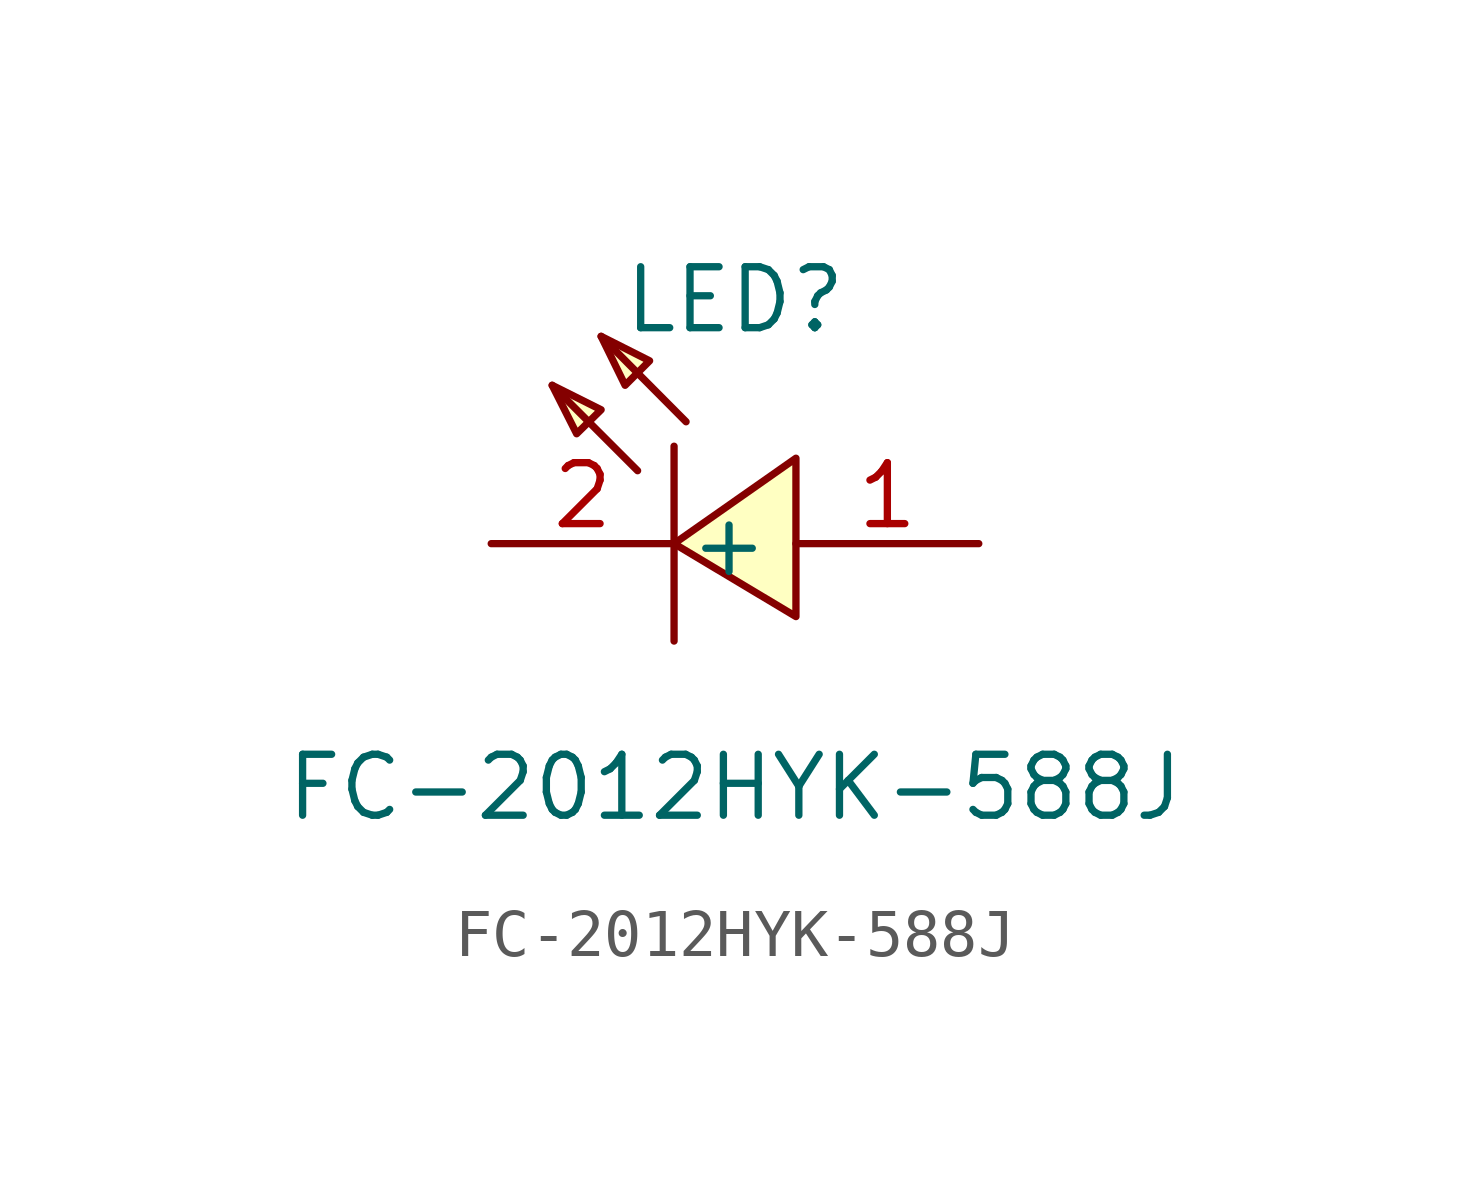
<source format=kicad_sym>
(kicad_symbol_lib
  (version 20241209)
  (generator "kicad_symbol_editor")
  (generator_version "9.0")
  (symbol "FC-2012HYK-588J"
    (property "Reference" "LED"
      (at 0 3.81 0)
      (effects (font (size 1.27 1.27))))
    (property "Value" "FC-2012HYK-588J"
      (at 0 -6.35 0)
      (effects (font (size 1.27 1.27))))
    (symbol "FC-2012HYK-588J_0_1"
      (polyline (pts (xy -3.81 2.03) (xy -2.79 1.52) (xy -3.3 1.02) (xy -3.81 2.03)) (stroke (width 0) (type default)) (fill (type background)))
      (polyline (pts (xy -2.79 3.05) (xy -1.78 2.54) (xy -2.29 2.03) (xy -2.79 3.05)) (stroke (width 0) (type default)) (fill (type background)))
      (polyline (pts (xy -2.03 0.25) (xy -3.81 2.03)) (stroke (width 0) (type default)) (fill (type none)))
      (polyline (pts (xy -1.27 0.76) (xy -1.27 -3.3)) (stroke (width 0) (type default)) (fill (type none)))
      (polyline (pts (xy -1.02 1.27) (xy -2.79 3.05)) (stroke (width 0) (type default)) (fill (type none)))
      (polyline (pts (xy 1.27 -2.79) (xy -1.27 -1.27) (xy 1.27 0.51) (xy 1.27 -2.79)) (stroke (width 0) (type default)) (fill (type background))))
    (symbol "FC-2012HYK-588J_1_1"
      (pin unspecified line (at -5.08 -1.27 0) (length 3.81) (name "" (effects (font (size 1.27 1.27)))) (number "2" (effects (font (size 1.27 1.27)))))
      (pin unspecified line (at 5.08 -1.27 180) (length 3.81) (name "+" (effects (font (size 1.27 1.27)))) (number "1" (effects (font (size 1.27 1.27))))))))
</source>
